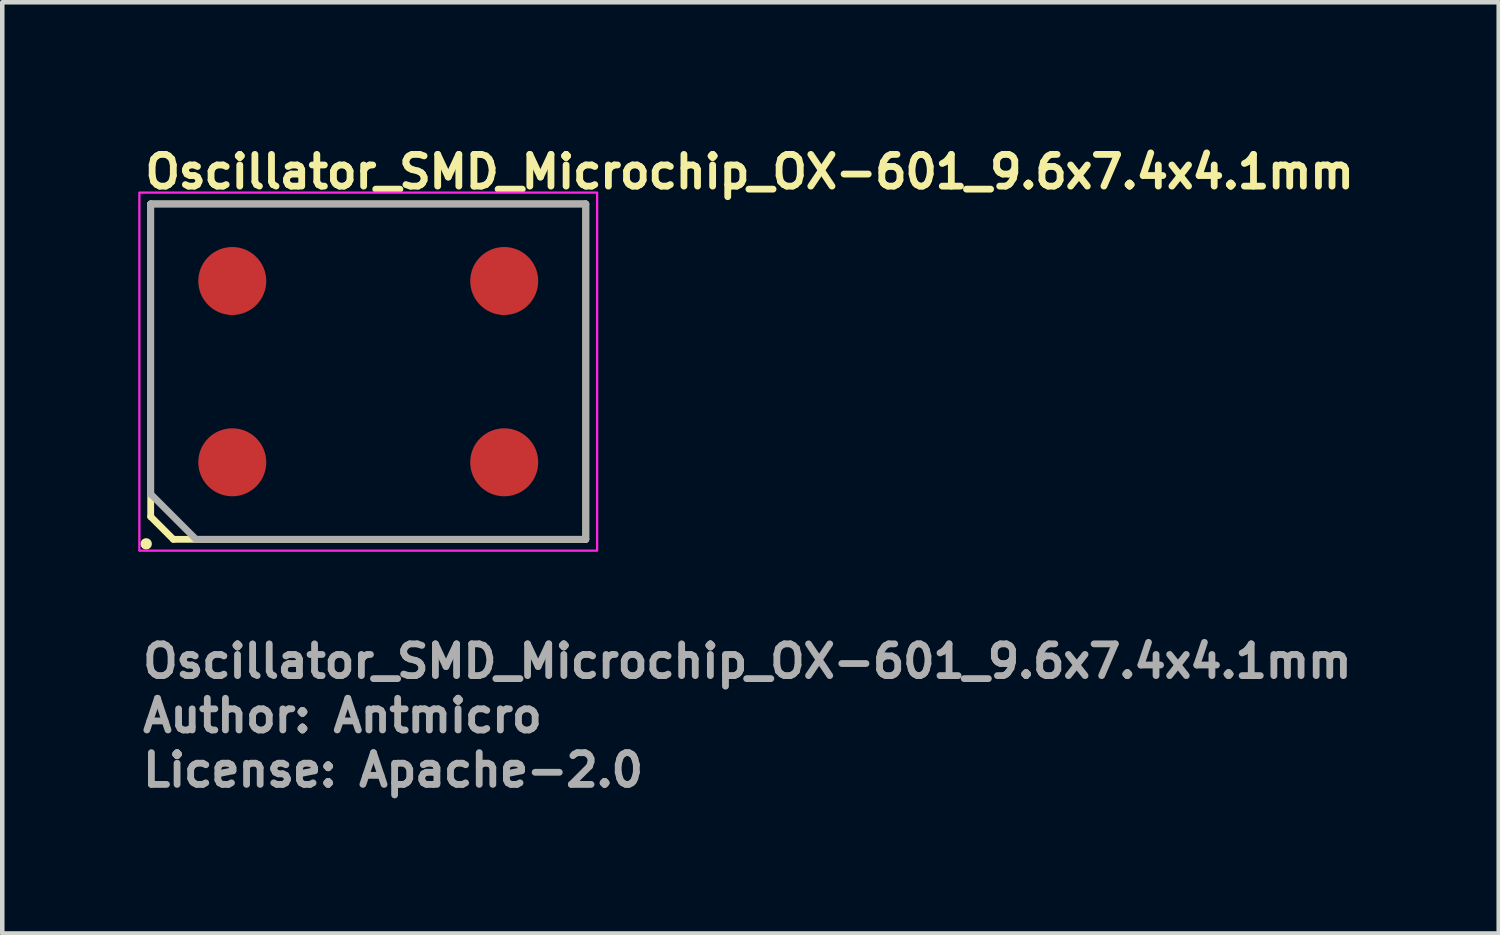
<source format=kicad_pcb>
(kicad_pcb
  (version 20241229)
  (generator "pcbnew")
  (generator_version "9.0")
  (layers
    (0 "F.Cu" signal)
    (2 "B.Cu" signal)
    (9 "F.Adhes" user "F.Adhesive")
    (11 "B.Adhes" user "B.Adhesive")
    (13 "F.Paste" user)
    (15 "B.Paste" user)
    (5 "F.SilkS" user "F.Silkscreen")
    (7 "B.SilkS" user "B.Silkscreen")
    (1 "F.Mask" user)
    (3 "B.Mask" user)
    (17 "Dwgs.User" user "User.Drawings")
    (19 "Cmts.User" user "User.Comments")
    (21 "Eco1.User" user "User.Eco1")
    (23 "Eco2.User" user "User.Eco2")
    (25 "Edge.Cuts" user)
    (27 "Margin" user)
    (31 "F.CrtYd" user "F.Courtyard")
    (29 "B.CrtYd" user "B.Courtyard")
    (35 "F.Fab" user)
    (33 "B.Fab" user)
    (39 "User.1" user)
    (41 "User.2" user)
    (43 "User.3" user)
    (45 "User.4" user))
  (footprint "Oscillator_SMD_Microchip_OX-601_9.6x7.4x4.1mm"
    (layer "F.Cu")
    (at 5.075 5.15)
    (property "Reference" "Oscillator_SMD_Microchip_OX-601_9.6x7.4x4.1mm" (at -5 -4 0) (layer "F.SilkS") (effects (font (size 0.7 0.7) (thickness 0.15)) (justify left bottom)))
    (attr smd)
    (fp_line (start -4.8 -3.7) (end 4.8 -3.7) (stroke (width 0.15) (type solid)) (layer "F.SilkS"))
    (fp_line (start -4.8 3.2) (end -4.8 -3.7) (stroke (width 0.15) (type solid)) (layer "F.SilkS"))
    (fp_line (start -4.3 3.7) (end -4.8 3.2) (stroke (width 0.15) (type solid)) (layer "F.SilkS"))
    (fp_line (start 4.8 -3.7) (end 4.8 3.7) (stroke (width 0.15) (type solid)) (layer "F.SilkS"))
    (fp_line (start 4.8 3.7) (end -4.3 3.7) (stroke (width 0.15) (type solid)) (layer "F.SilkS"))
    (fp_circle (center -4.9 3.8) (end -4.85 3.8) (stroke (width 0.15) (type solid)) (fill yes) (layer "F.SilkS"))
    (fp_rect (start -5.05 -3.95) (end 5.05 3.95) (stroke (width 0.05) (type solid)) (fill no) (layer "F.CrtYd"))
    (fp_line (start -4.8 -3.7) (end -4.8 2.7) (stroke (width 0.15) (type solid)) (layer "F.Fab"))
    (fp_line (start -4.8 2.7) (end -3.8 3.7) (stroke (width 0.15) (type solid)) (layer "F.Fab"))
    (fp_line (start -3.8 3.7) (end 4.8 3.7) (stroke (width 0.15) (type solid)) (layer "F.Fab"))
    (fp_line (start 4.8 -3.7) (end -4.8 -3.7) (stroke (width 0.15) (type solid)) (layer "F.Fab"))
    (fp_line (start 4.8 3.7) (end 4.8 -3.7) (stroke (width 0.15) (type solid)) (layer "F.Fab"))
    (fp_rect (start -4.8 -3.7) (end 4.8 3.7) (stroke (width 0.1) (type solid)) (fill no) (layer "User.5"))
    (fp_line (start -4.8 -3.7) (end 4.8 -3.7) (stroke (width 0.02) (type solid)) (layer "User.9"))
    (fp_line (start -4.8 3.7) (end -4.8 -3.7) (stroke (width 0.02) (type solid)) (layer "User.9"))
    (fp_line (start 4.8 -3.7) (end 4.8 3.7) (stroke (width 0.02) (type solid)) (layer "User.9"))
    (fp_line (start 4.8 3.7) (end -4.8 3.7) (stroke (width 0.02) (type solid)) (layer "User.9"))
    (fp_text user "License: Apache-2.0" (at -5.05 9.2 0) (layer "F.Fab") (effects (font (size 0.7 0.7) (thickness 0.15)) (justify left bottom)))
    (fp_text user "Author: Antmicro" (at -5.05 8 0) (layer "F.Fab") (effects (font (size 0.7 0.7) (thickness 0.15)) (justify left bottom)))
    (fp_text user "${REFERENCE}" (at -5.05 6.8 0) (layer "F.Fab") (effects (font (size 0.7 0.7) (thickness 0.15)) (justify left bottom)))
    (pad "1" smd circle (at -3 2 90) (size 1.5 1.5) (layers "F.Cu" "F.Mask" "F.Paste"))
    (pad "2" smd circle (at 3 2 90) (size 1.5 1.5) (layers "F.Cu" "F.Mask" "F.Paste"))
    (pad "3" smd circle (at 3 -2 90) (size 1.5 1.5) (layers "F.Cu" "F.Mask" "F.Paste"))
    (pad "4" smd circle (at -3 -2 90) (size 1.5 1.5) (layers "F.Cu" "F.Mask" "F.Paste")))
  (gr_rect
    (start -3 -3)
    (end 30.018 17.546)
    (stroke (width 0.1) (type default))
    (fill no)
    (layer "Edge.Cuts")))
</source>
